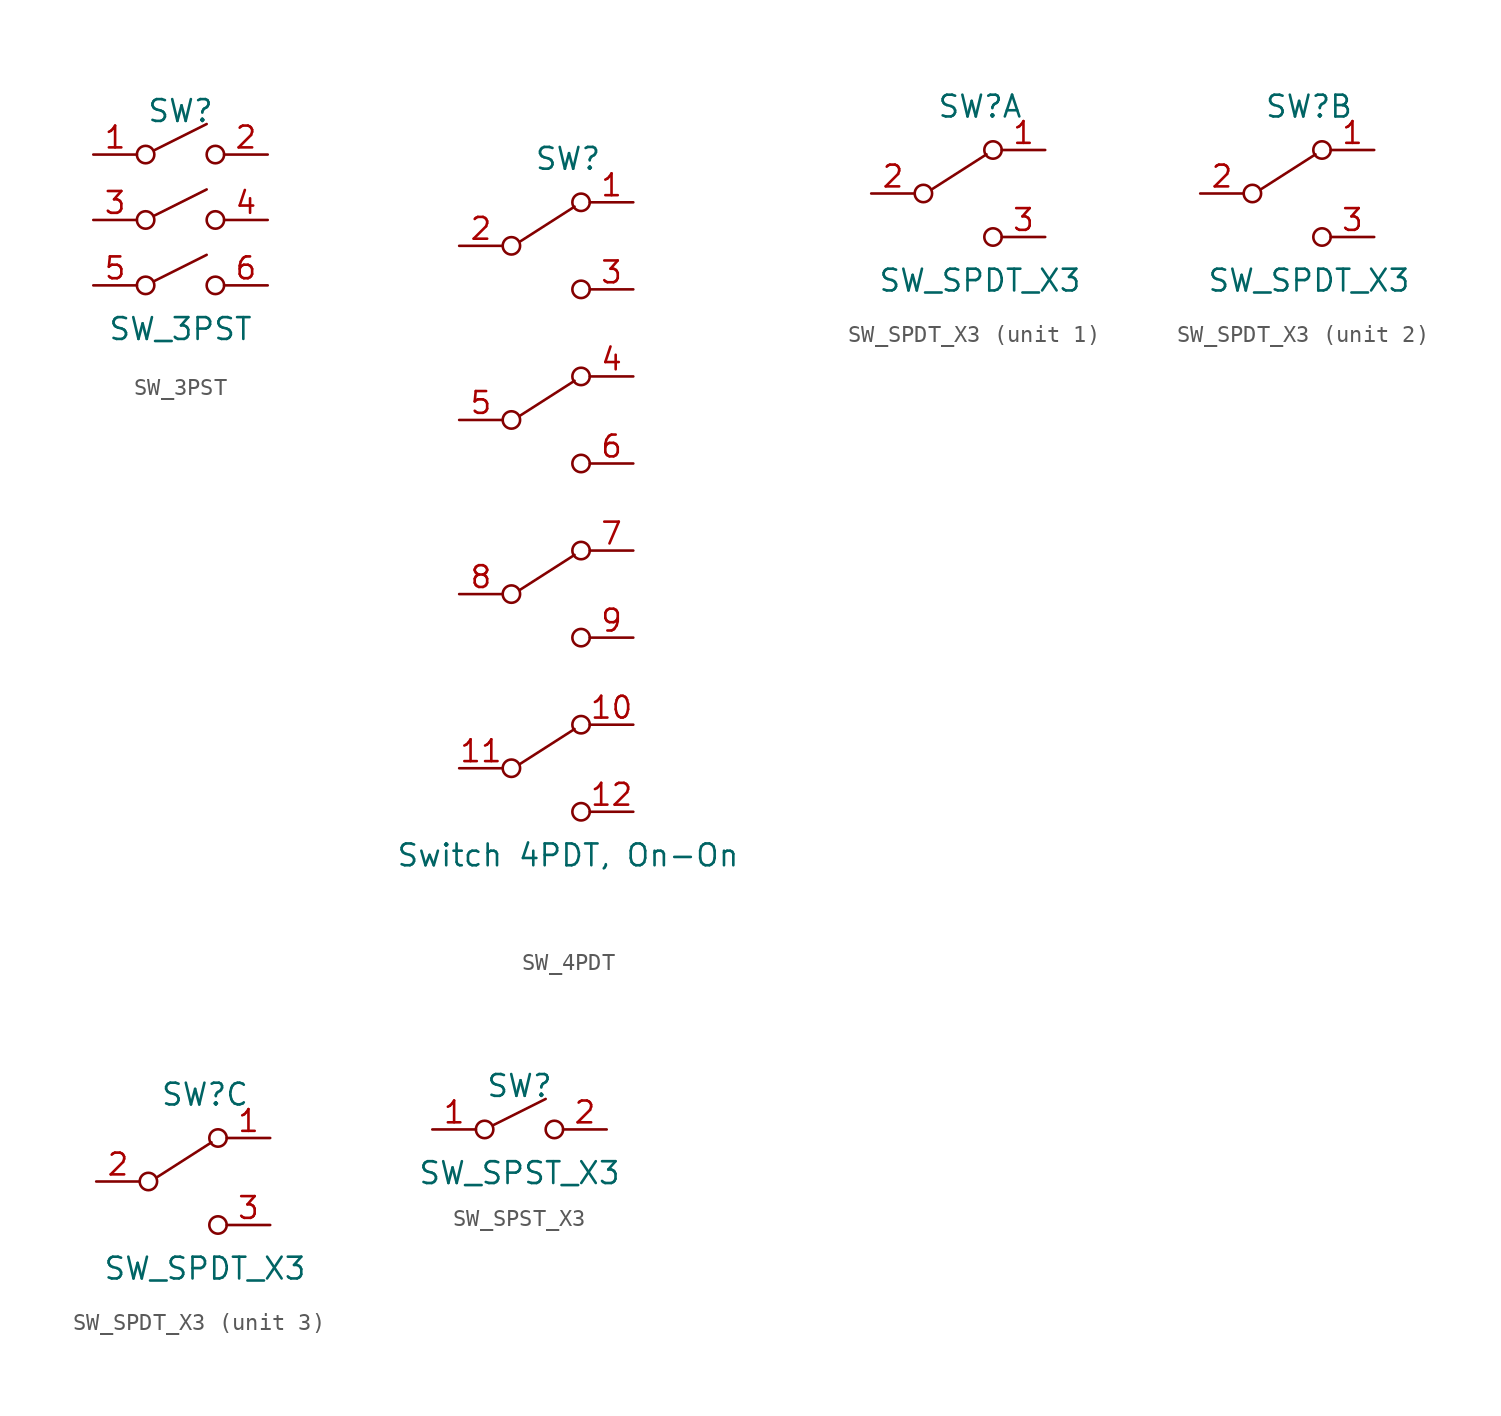
<source format=kicad_sym>
(kicad_symbol_lib
  (version 20220914)
  (generator kicad_symbol_editor)
  (symbol "SW_3PST"
    (pin_names hide)
    (property "Reference" "SW"
      (at 0 6.35 0)
      (effects (font (size 1.27 1.27))))
    (property "Value" "SW_3PST"
      (at 0 -6.35 0)
      (effects (font (size 1.27 1.27))))
    (symbol "SW_3PST_0_0"
      (circle (center -2.032 -3.81) (radius 0.508) (stroke (width 0) (type default)) (fill (type none)))
      (circle (center -2.032 0) (radius 0.508) (stroke (width 0) (type default)) (fill (type none)))
      (circle (center -2.032 3.81) (radius 0.508) (stroke (width 0) (type default)) (fill (type none)))
      (polyline (pts (xy -1.524 -3.556) (xy 1.524 -2.032)) (stroke (width 0) (type default)) (fill (type none)))
      (polyline (pts (xy -1.524 0.254) (xy 1.524 1.778)) (stroke (width 0) (type default)) (fill (type none)))
      (polyline (pts (xy -1.524 4.064) (xy 1.524 5.588)) (stroke (width 0) (type default)) (fill (type none)))
      (circle (center 2.032 -3.81) (radius 0.508) (stroke (width 0) (type default)) (fill (type none)))
      (circle (center 2.032 0) (radius 0.508) (stroke (width 0) (type default)) (fill (type none)))
      (circle (center 2.032 3.81) (radius 0.508) (stroke (width 0) (type default)) (fill (type none))))
    (symbol "SW_3PST_1_1"
      (pin passive line (at -5.08 3.81 0) (length 2.54) (name "1" (effects (font (size 1.27 1.27)))) (number "1" (effects (font (size 1.27 1.27)))))
      (pin passive line (at 5.08 3.81 180) (length 2.54) (name "2" (effects (font (size 1.27 1.27)))) (number "2" (effects (font (size 1.27 1.27)))))
      (pin passive line (at -5.08 0 0) (length 2.54) (name "3" (effects (font (size 1.27 1.27)))) (number "3" (effects (font (size 1.27 1.27)))))
      (pin passive line (at 5.08 0 180) (length 2.54) (name "4" (effects (font (size 1.27 1.27)))) (number "4" (effects (font (size 1.27 1.27)))))
      (pin passive line (at -5.08 -3.81 0) (length 2.54) (name "5" (effects (font (size 1.27 1.27)))) (number "5" (effects (font (size 1.27 1.27)))))
      (pin passive line (at 5.08 -3.81 180) (length 2.54) (name "6" (effects (font (size 1.27 1.27)))) (number "6" (effects (font (size 1.27 1.27)))))))
  (symbol "SW_4PDT"
    (pin_names hide)
    (property "Reference" "SW"
      (at 1.27 17.78 0)
      (effects (font (size 1.27 1.27))))
    (property "Value" "Switch 4PDT, On-On"
      (at 1.27 -22.86 0)
      (effects (font (size 1.27 1.27))))
    (symbol "SW_4PDT_0_0"
      (circle (center -2.032 -17.78) (radius 0.508) (stroke (width 0) (type default)) (fill (type none)))
      (circle (center -2.032 -7.62) (radius 0.508) (stroke (width 0) (type default)) (fill (type none)))
      (circle (center -2.032 2.54) (radius 0.508) (stroke (width 0) (type default)) (fill (type none)))
      (circle (center -2.032 12.7) (radius 0.508) (stroke (width 0) (type default)) (fill (type none)))
      (circle (center 2.032 -20.32) (radius 0.508) (stroke (width 0) (type default)) (fill (type none)))
      (circle (center 2.032 -10.16) (radius 0.508) (stroke (width 0) (type default)) (fill (type none)))
      (circle (center 2.032 0) (radius 0.508) (stroke (width 0) (type default)) (fill (type none)))
      (circle (center 2.032 10.16) (radius 0.508) (stroke (width 0) (type default)) (fill (type none))))
    (symbol "SW_4PDT_0_1"
      (polyline (pts (xy -1.524 -17.526) (xy 1.651 -15.494)) (stroke (width 0) (type default)) (fill (type none)))
      (polyline (pts (xy -1.524 -7.366) (xy 1.651 -5.334)) (stroke (width 0) (type default)) (fill (type none)))
      (polyline (pts (xy -1.524 2.794) (xy 1.651 4.826)) (stroke (width 0) (type default)) (fill (type none)))
      (polyline (pts (xy -1.524 12.954) (xy 1.651 14.986)) (stroke (width 0) (type default)) (fill (type none)))
      (circle (center 2.032 -15.24) (radius 0.508) (stroke (width 0) (type default)) (fill (type none)))
      (circle (center 2.032 -5.08) (radius 0.508) (stroke (width 0) (type default)) (fill (type none)))
      (circle (center 2.032 5.08) (radius 0.508) (stroke (width 0) (type default)) (fill (type none)))
      (circle (center 2.032 15.24) (radius 0.508) (stroke (width 0) (type default)) (fill (type none))))
    (symbol "SW_4PDT_1_1"
      (pin passive line (at 5.08 15.24 180) (length 2.54) (name "1" (effects (font (size 1.27 1.27)))) (number "1" (effects (font (size 1.27 1.27)))))
      (pin passive line (at 5.08 -15.24 180) (length 2.54) (name "10" (effects (font (size 1.27 1.27)))) (number "10" (effects (font (size 1.27 1.27)))))
      (pin passive line (at -5.08 -17.78 0) (length 2.54) (name "11" (effects (font (size 1.27 1.27)))) (number "11" (effects (font (size 1.27 1.27)))))
      (pin passive line (at 5.08 -20.32 180) (length 2.54) (name "12" (effects (font (size 1.27 1.27)))) (number "12" (effects (font (size 1.27 1.27)))))
      (pin passive line (at -5.08 12.7 0) (length 2.54) (name "2" (effects (font (size 1.27 1.27)))) (number "2" (effects (font (size 1.27 1.27)))))
      (pin passive line (at 5.08 10.16 180) (length 2.54) (name "3" (effects (font (size 1.27 1.27)))) (number "3" (effects (font (size 1.27 1.27)))))
      (pin passive line (at 5.08 5.08 180) (length 2.54) (name "4" (effects (font (size 1.27 1.27)))) (number "4" (effects (font (size 1.27 1.27)))))
      (pin passive line (at -5.08 2.54 0) (length 2.54) (name "5" (effects (font (size 1.27 1.27)))) (number "5" (effects (font (size 1.27 1.27)))))
      (pin passive line (at 5.08 0 180) (length 2.54) (name "6" (effects (font (size 1.27 1.27)))) (number "6" (effects (font (size 1.27 1.27)))))
      (pin passive line (at 5.08 -5.08 180) (length 2.54) (name "7" (effects (font (size 1.27 1.27)))) (number "7" (effects (font (size 1.27 1.27)))))
      (pin passive line (at -5.08 -7.62 0) (length 2.54) (name "8" (effects (font (size 1.27 1.27)))) (number "8" (effects (font (size 1.27 1.27)))))
      (pin passive line (at 5.08 -10.16 180) (length 2.54) (name "9" (effects (font (size 1.27 1.27)))) (number "9" (effects (font (size 1.27 1.27)))))))
  (symbol "SW_SPDT_X3"
    (pin_names hide)
    (property "Reference" "SW"
      (at 1.27 5.08 0)
      (effects (font (size 1.27 1.27))))
    (property "Value" "SW_SPDT_X3"
      (at 1.27 -5.08 0)
      (effects (font (size 1.27 1.27))))
    (symbol "SW_SPDT_X3_0_0"
      (circle (center -2.032 0) (radius 0.508) (stroke (width 0) (type default)) (fill (type none)))
      (circle (center 2.032 -2.54) (radius 0.508) (stroke (width 0) (type default)) (fill (type none))))
    (symbol "SW_SPDT_X3_0_1"
      (polyline (pts (xy -1.524 0.254) (xy 1.651 2.286)) (stroke (width 0) (type default)) (fill (type none)))
      (circle (center 2.032 2.54) (radius 0.508) (stroke (width 0) (type default)) (fill (type none))))
    (symbol "SW_SPDT_X3_1_1"
      (pin passive line (at 5.08 2.54 180) (length 2.54) (name "1" (effects (font (size 1.27 1.27)))) (number "1" (effects (font (size 1.27 1.27)))))
      (pin passive line (at -5.08 0 0) (length 2.54) (name "2" (effects (font (size 1.27 1.27)))) (number "2" (effects (font (size 1.27 1.27)))))
      (pin passive line (at 5.08 -2.54 180) (length 2.54) (name "3" (effects (font (size 1.27 1.27)))) (number "3" (effects (font (size 1.27 1.27))))))
    (symbol "SW_SPDT_X3_2_1"
      (pin passive line (at 5.08 2.54 180) (length 2.54) (name "1" (effects (font (size 1.27 1.27)))) (number "1" (effects (font (size 1.27 1.27)))))
      (pin passive line (at -5.08 0 0) (length 2.54) (name "2" (effects (font (size 1.27 1.27)))) (number "2" (effects (font (size 1.27 1.27)))))
      (pin passive line (at 5.08 -2.54 180) (length 2.54) (name "3" (effects (font (size 1.27 1.27)))) (number "3" (effects (font (size 1.27 1.27))))))
    (symbol "SW_SPDT_X3_3_1"
      (pin passive line (at 5.08 2.54 180) (length 2.54) (name "1" (effects (font (size 1.27 1.27)))) (number "1" (effects (font (size 1.27 1.27)))))
      (pin passive line (at -5.08 0 0) (length 2.54) (name "2" (effects (font (size 1.27 1.27)))) (number "2" (effects (font (size 1.27 1.27)))))
      (pin passive line (at 5.08 -2.54 180) (length 2.54) (name "3" (effects (font (size 1.27 1.27)))) (number "3" (effects (font (size 1.27 1.27)))))))
  (symbol "SW_SPST_X3"
    (pin_names hide)
    (property "Reference" "SW"
      (at 0 2.54 0)
      (effects (font (size 1.27 1.27))))
    (property "Value" "SW_SPST_X3"
      (at 0 -2.54 0)
      (effects (font (size 1.27 1.27))))
    (property "ki_locked" ""
      (at 0 0 0)
      (effects (font (size 1.27 1.27))))
    (symbol "SW_SPST_X3_0_0"
      (circle (center -2.032 0) (radius 0.508) (stroke (width 0) (type default)) (fill (type none)))
      (polyline (pts (xy -1.524 0.254) (xy 1.524 1.778)) (stroke (width 0) (type default)) (fill (type none)))
      (circle (center 2.032 0) (radius 0.508) (stroke (width 0) (type default)) (fill (type none))))
    (symbol "SW_SPST_X3_1_1"
      (pin passive line (at -5.08 0 0) (length 2.54) (name "1" (effects (font (size 1.27 1.27)))) (number "1" (effects (font (size 1.27 1.27)))))
      (pin passive line (at 5.08 0 180) (length 2.54) (name "2" (effects (font (size 1.27 1.27)))) (number "2" (effects (font (size 1.27 1.27))))))))
</source>
